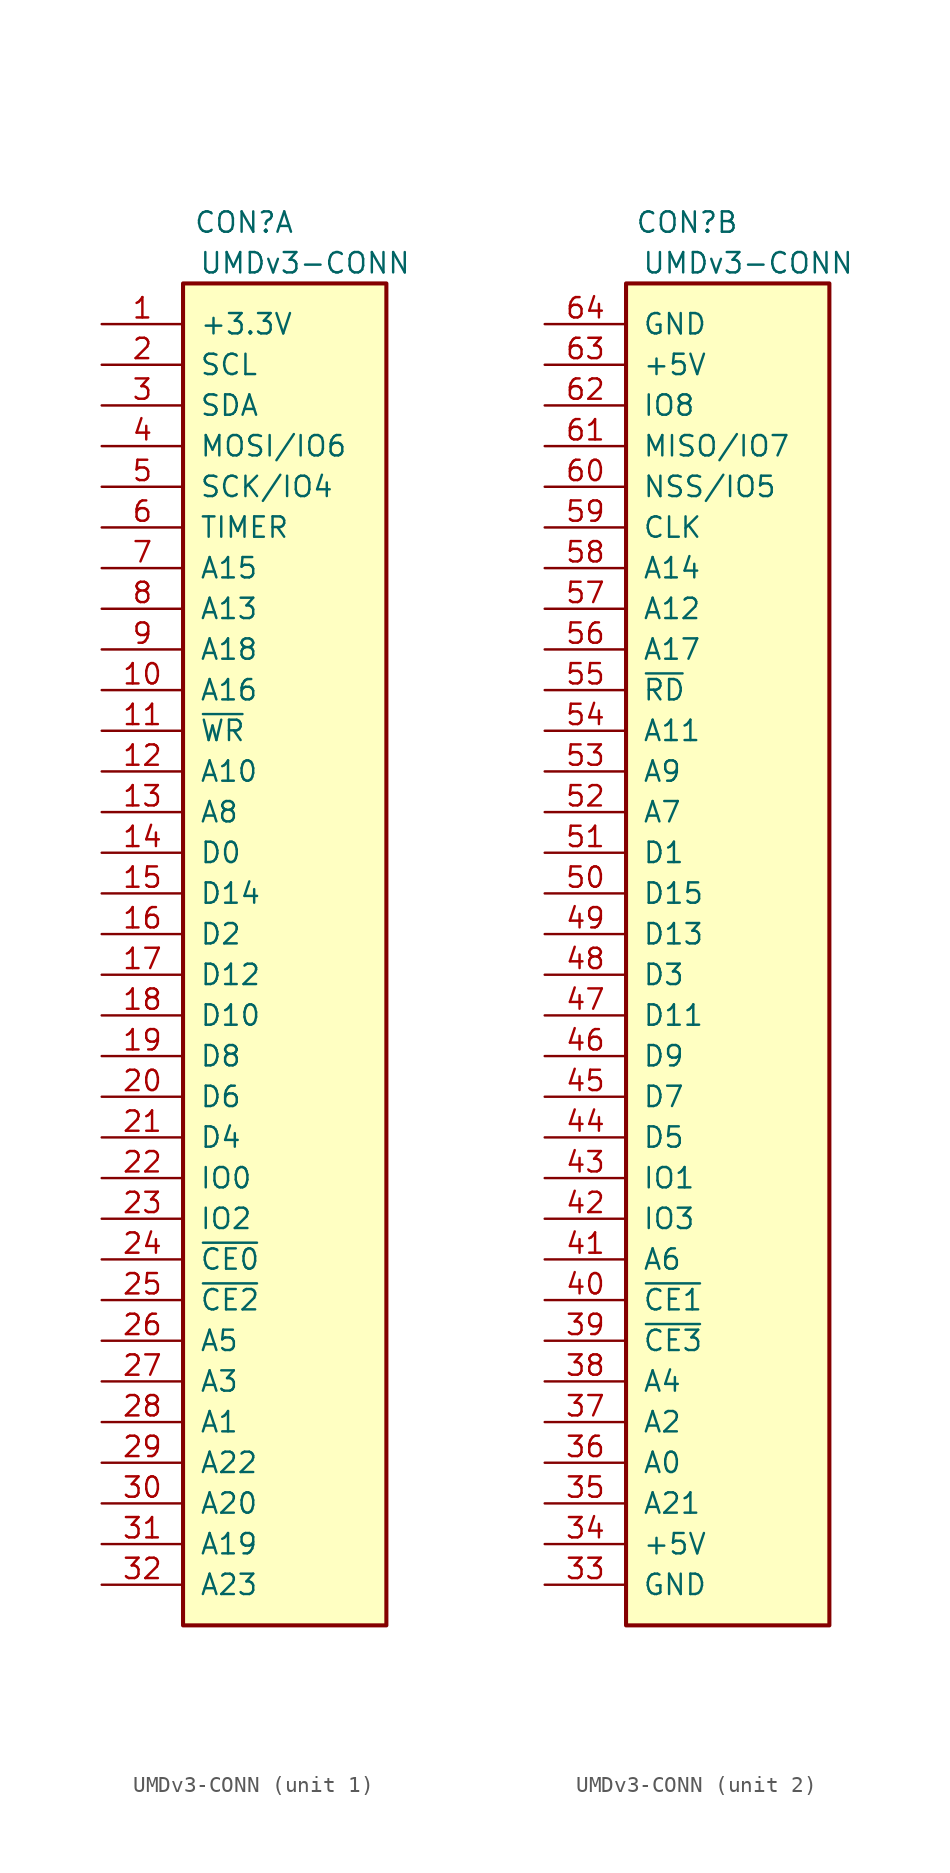
<source format=kicad_sym>
(kicad_symbol_lib
  (version 20220914)
  (generator kicad_symbol_editor)
  (symbol "UMDv3-CONN"
    (pin_names
      (offset 1.016))
    (property "Reference" "CON"
      (at 3.81 87.63 0)
      (effects (font (size 1.27 1.27))))
    (property "Value" "UMDv3-CONN"
      (at 7.62 85.09 0)
      (effects (font (size 1.27 1.27))))
    (property "ki_locked" ""
      (at 0 0 0)
      (effects (font (size 1.27 1.27))))
    (symbol "UMDv3-CONN_0_1"
      (rectangle (start 0 83.82) (end 12.7 0) (stroke (width 0.254) (type default)) (fill (type background))))
    (symbol "UMDv3-CONN_1_1"
      (pin power_in line (at -5.08 81.28 0) (length 5.08) (name "+3.3V" (effects (font (size 1.27 1.27)))) (number "1" (effects (font (size 1.27 1.27)))))
      (pin passive line (at -5.08 58.42 0) (length 5.08) (name "A16" (effects (font (size 1.27 1.27)))) (number "10" (effects (font (size 1.27 1.27)))))
      (pin passive line (at -5.08 55.88 0) (length 5.08) (name "~{WR}" (effects (font (size 1.27 1.27)))) (number "11" (effects (font (size 1.27 1.27)))))
      (pin passive line (at -5.08 53.34 0) (length 5.08) (name "A10" (effects (font (size 1.27 1.27)))) (number "12" (effects (font (size 1.27 1.27)))))
      (pin passive line (at -5.08 50.8 0) (length 5.08) (name "A8" (effects (font (size 1.27 1.27)))) (number "13" (effects (font (size 1.27 1.27)))))
      (pin passive line (at -5.08 48.26 0) (length 5.08) (name "D0" (effects (font (size 1.27 1.27)))) (number "14" (effects (font (size 1.27 1.27)))))
      (pin passive line (at -5.08 45.72 0) (length 5.08) (name "D14" (effects (font (size 1.27 1.27)))) (number "15" (effects (font (size 1.27 1.27)))))
      (pin passive line (at -5.08 43.18 0) (length 5.08) (name "D2" (effects (font (size 1.27 1.27)))) (number "16" (effects (font (size 1.27 1.27)))))
      (pin passive line (at -5.08 40.64 0) (length 5.08) (name "D12" (effects (font (size 1.27 1.27)))) (number "17" (effects (font (size 1.27 1.27)))))
      (pin passive line (at -5.08 38.1 0) (length 5.08) (name "D10" (effects (font (size 1.27 1.27)))) (number "18" (effects (font (size 1.27 1.27)))))
      (pin passive line (at -5.08 35.56 0) (length 5.08) (name "D8" (effects (font (size 1.27 1.27)))) (number "19" (effects (font (size 1.27 1.27)))))
      (pin passive line (at -5.08 78.74 0) (length 5.08) (name "SCL" (effects (font (size 1.27 1.27)))) (number "2" (effects (font (size 1.27 1.27)))))
      (pin passive line (at -5.08 33.02 0) (length 5.08) (name "D6" (effects (font (size 1.27 1.27)))) (number "20" (effects (font (size 1.27 1.27)))))
      (pin passive line (at -5.08 30.48 0) (length 5.08) (name "D4" (effects (font (size 1.27 1.27)))) (number "21" (effects (font (size 1.27 1.27)))))
      (pin passive line (at -5.08 27.94 0) (length 5.08) (name "IO0" (effects (font (size 1.27 1.27)))) (number "22" (effects (font (size 1.27 1.27)))))
      (pin passive line (at -5.08 25.4 0) (length 5.08) (name "IO2" (effects (font (size 1.27 1.27)))) (number "23" (effects (font (size 1.27 1.27)))))
      (pin passive line (at -5.08 22.86 0) (length 5.08) (name "~{CE0}" (effects (font (size 1.27 1.27)))) (number "24" (effects (font (size 1.27 1.27)))))
      (pin passive line (at -5.08 20.32 0) (length 5.08) (name "~{CE2}" (effects (font (size 1.27 1.27)))) (number "25" (effects (font (size 1.27 1.27)))))
      (pin passive line (at -5.08 17.78 0) (length 5.08) (name "A5" (effects (font (size 1.27 1.27)))) (number "26" (effects (font (size 1.27 1.27)))))
      (pin passive line (at -5.08 15.24 0) (length 5.08) (name "A3" (effects (font (size 1.27 1.27)))) (number "27" (effects (font (size 1.27 1.27)))))
      (pin passive line (at -5.08 12.7 0) (length 5.08) (name "A1" (effects (font (size 1.27 1.27)))) (number "28" (effects (font (size 1.27 1.27)))))
      (pin passive line (at -5.08 10.16 0) (length 5.08) (name "A22" (effects (font (size 1.27 1.27)))) (number "29" (effects (font (size 1.27 1.27)))))
      (pin passive line (at -5.08 76.2 0) (length 5.08) (name "SDA" (effects (font (size 1.27 1.27)))) (number "3" (effects (font (size 1.27 1.27)))))
      (pin passive line (at -5.08 7.62 0) (length 5.08) (name "A20" (effects (font (size 1.27 1.27)))) (number "30" (effects (font (size 1.27 1.27)))))
      (pin passive line (at -5.08 5.08 0) (length 5.08) (name "A19" (effects (font (size 1.27 1.27)))) (number "31" (effects (font (size 1.27 1.27)))))
      (pin passive line (at -5.08 2.54 0) (length 5.08) (name "A23" (effects (font (size 1.27 1.27)))) (number "32" (effects (font (size 1.27 1.27)))))
      (pin passive line (at -5.08 73.66 0) (length 5.08) (name "MOSI/IO6" (effects (font (size 1.27 1.27)))) (number "4" (effects (font (size 1.27 1.27)))))
      (pin passive line (at -5.08 71.12 0) (length 5.08) (name "SCK/IO4" (effects (font (size 1.27 1.27)))) (number "5" (effects (font (size 1.27 1.27)))))
      (pin passive line (at -5.08 68.58 0) (length 5.08) (name "TIMER" (effects (font (size 1.27 1.27)))) (number "6" (effects (font (size 1.27 1.27)))))
      (pin passive line (at -5.08 66.04 0) (length 5.08) (name "A15" (effects (font (size 1.27 1.27)))) (number "7" (effects (font (size 1.27 1.27)))))
      (pin passive line (at -5.08 63.5 0) (length 5.08) (name "A13" (effects (font (size 1.27 1.27)))) (number "8" (effects (font (size 1.27 1.27)))))
      (pin passive line (at -5.08 60.96 0) (length 5.08) (name "A18" (effects (font (size 1.27 1.27)))) (number "9" (effects (font (size 1.27 1.27))))))
    (symbol "UMDv3-CONN_2_1"
      (pin power_in line (at -5.08 2.54 0) (length 5.08) (name "GND" (effects (font (size 1.27 1.27)))) (number "33" (effects (font (size 1.27 1.27)))))
      (pin power_in line (at -5.08 5.08 0) (length 5.08) (name "+5V" (effects (font (size 1.27 1.27)))) (number "34" (effects (font (size 1.27 1.27)))))
      (pin passive line (at -5.08 7.62 0) (length 5.08) (name "A21" (effects (font (size 1.27 1.27)))) (number "35" (effects (font (size 1.27 1.27)))))
      (pin passive line (at -5.08 10.16 0) (length 5.08) (name "A0" (effects (font (size 1.27 1.27)))) (number "36" (effects (font (size 1.27 1.27)))))
      (pin passive line (at -5.08 12.7 0) (length 5.08) (name "A2" (effects (font (size 1.27 1.27)))) (number "37" (effects (font (size 1.27 1.27)))))
      (pin passive line (at -5.08 15.24 0) (length 5.08) (name "A4" (effects (font (size 1.27 1.27)))) (number "38" (effects (font (size 1.27 1.27)))))
      (pin passive line (at -5.08 17.78 0) (length 5.08) (name "~{CE3}" (effects (font (size 1.27 1.27)))) (number "39" (effects (font (size 1.27 1.27)))))
      (pin passive line (at -5.08 20.32 0) (length 5.08) (name "~{CE1}" (effects (font (size 1.27 1.27)))) (number "40" (effects (font (size 1.27 1.27)))))
      (pin passive line (at -5.08 22.86 0) (length 5.08) (name "A6" (effects (font (size 1.27 1.27)))) (number "41" (effects (font (size 1.27 1.27)))))
      (pin passive line (at -5.08 25.4 0) (length 5.08) (name "IO3" (effects (font (size 1.27 1.27)))) (number "42" (effects (font (size 1.27 1.27)))))
      (pin passive line (at -5.08 27.94 0) (length 5.08) (name "IO1" (effects (font (size 1.27 1.27)))) (number "43" (effects (font (size 1.27 1.27)))))
      (pin passive line (at -5.08 30.48 0) (length 5.08) (name "D5" (effects (font (size 1.27 1.27)))) (number "44" (effects (font (size 1.27 1.27)))))
      (pin passive line (at -5.08 33.02 0) (length 5.08) (name "D7" (effects (font (size 1.27 1.27)))) (number "45" (effects (font (size 1.27 1.27)))))
      (pin passive line (at -5.08 35.56 0) (length 5.08) (name "D9" (effects (font (size 1.27 1.27)))) (number "46" (effects (font (size 1.27 1.27)))))
      (pin passive line (at -5.08 38.1 0) (length 5.08) (name "D11" (effects (font (size 1.27 1.27)))) (number "47" (effects (font (size 1.27 1.27)))))
      (pin passive line (at -5.08 40.64 0) (length 5.08) (name "D3" (effects (font (size 1.27 1.27)))) (number "48" (effects (font (size 1.27 1.27)))))
      (pin passive line (at -5.08 43.18 0) (length 5.08) (name "D13" (effects (font (size 1.27 1.27)))) (number "49" (effects (font (size 1.27 1.27)))))
      (pin passive line (at -5.08 45.72 0) (length 5.08) (name "D15" (effects (font (size 1.27 1.27)))) (number "50" (effects (font (size 1.27 1.27)))))
      (pin passive line (at -5.08 48.26 0) (length 5.08) (name "D1" (effects (font (size 1.27 1.27)))) (number "51" (effects (font (size 1.27 1.27)))))
      (pin passive line (at -5.08 50.8 0) (length 5.08) (name "A7" (effects (font (size 1.27 1.27)))) (number "52" (effects (font (size 1.27 1.27)))))
      (pin passive line (at -5.08 53.34 0) (length 5.08) (name "A9" (effects (font (size 1.27 1.27)))) (number "53" (effects (font (size 1.27 1.27)))))
      (pin passive line (at -5.08 55.88 0) (length 5.08) (name "A11" (effects (font (size 1.27 1.27)))) (number "54" (effects (font (size 1.27 1.27)))))
      (pin passive line (at -5.08 58.42 0) (length 5.08) (name "~{RD}" (effects (font (size 1.27 1.27)))) (number "55" (effects (font (size 1.27 1.27)))))
      (pin passive line (at -5.08 60.96 0) (length 5.08) (name "A17" (effects (font (size 1.27 1.27)))) (number "56" (effects (font (size 1.27 1.27)))))
      (pin passive line (at -5.08 63.5 0) (length 5.08) (name "A12" (effects (font (size 1.27 1.27)))) (number "57" (effects (font (size 1.27 1.27)))))
      (pin passive line (at -5.08 66.04 0) (length 5.08) (name "A14" (effects (font (size 1.27 1.27)))) (number "58" (effects (font (size 1.27 1.27)))))
      (pin passive line (at -5.08 68.58 0) (length 5.08) (name "CLK" (effects (font (size 1.27 1.27)))) (number "59" (effects (font (size 1.27 1.27)))))
      (pin passive line (at -5.08 71.12 0) (length 5.08) (name "NSS/IO5" (effects (font (size 1.27 1.27)))) (number "60" (effects (font (size 1.27 1.27)))))
      (pin passive line (at -5.08 73.66 0) (length 5.08) (name "MISO/IO7" (effects (font (size 1.27 1.27)))) (number "61" (effects (font (size 1.27 1.27)))))
      (pin passive line (at -5.08 76.2 0) (length 5.08) (name "IO8" (effects (font (size 1.27 1.27)))) (number "62" (effects (font (size 1.27 1.27)))))
      (pin power_in line (at -5.08 78.74 0) (length 5.08) (name "+5V" (effects (font (size 1.27 1.27)))) (number "63" (effects (font (size 1.27 1.27)))))
      (pin power_in line (at -5.08 81.28 0) (length 5.08) (name "GND" (effects (font (size 1.27 1.27)))) (number "64" (effects (font (size 1.27 1.27))))))))
</source>
